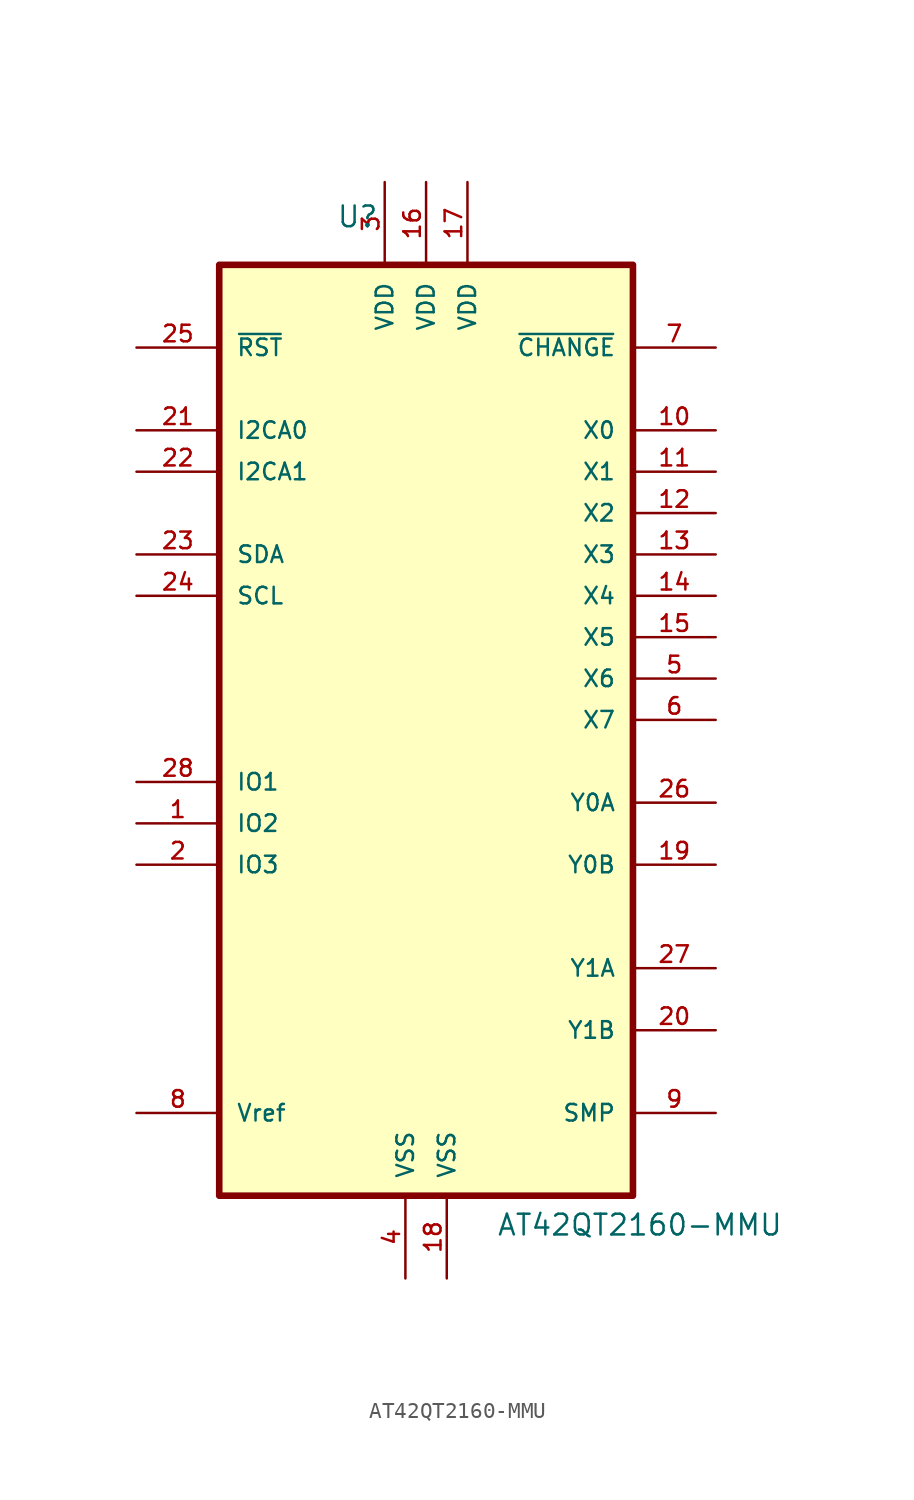
<source format=kicad_sym>
(kicad_symbol_lib
  (version 20231120)
  (generator "kicad_symbol_editor")
  (generator_version "8.0")
  (symbol "AT42QT2160-MMU"
    (pin_names
      (offset 1.016))
    (property "Reference" "U"
      (at -5.517 25.07 0)
      (effects (font (size 1.27 1.27)) (justify left bottom)))
    (property "Value" "AT42QT2160-MMU"
      (at 4.318 -36.83 0)
      (effects (font (size 1.27 1.27)) (justify left bottom)))
    (symbol "AT42QT2160-MMU_0_0"
      (rectangle (start -12.7 22.86) (end 12.7 -34.29) (stroke (width 0.406) (type default)) (fill (type background))))
    (symbol "AT42QT2160-MMU_1_0"
      (pin bidirectional line (at -17.78 -11.43 0) (length 5.08) (name "IO2" (effects (font (size 1.016 1.016)))) (number "1" (effects (font (size 1.016 1.016)))))
      (pin passive line (at 17.78 12.7 180) (length 5.08) (name "X0" (effects (font (size 1.016 1.016)))) (number "10" (effects (font (size 1.016 1.016)))))
      (pin passive line (at 17.78 10.16 180) (length 5.08) (name "X1" (effects (font (size 1.016 1.016)))) (number "11" (effects (font (size 1.016 1.016)))))
      (pin passive line (at 17.78 7.62 180) (length 5.08) (name "X2" (effects (font (size 1.016 1.016)))) (number "12" (effects (font (size 1.016 1.016)))))
      (pin passive line (at 17.78 5.08 180) (length 5.08) (name "X3" (effects (font (size 1.016 1.016)))) (number "13" (effects (font (size 1.016 1.016)))))
      (pin passive line (at 17.78 2.54 180) (length 5.08) (name "X4" (effects (font (size 1.016 1.016)))) (number "14" (effects (font (size 1.016 1.016)))))
      (pin passive line (at 17.78 0 180) (length 5.08) (name "X5" (effects (font (size 1.016 1.016)))) (number "15" (effects (font (size 1.016 1.016)))))
      (pin power_in line (at 0 27.94 270) (length 5.08) (name "VDD" (effects (font (size 1.016 1.016)))) (number "16" (effects (font (size 1.016 1.016)))))
      (pin power_in line (at 2.54 27.94 270) (length 5.08) (name "VDD" (effects (font (size 1.016 1.016)))) (number "17" (effects (font (size 1.016 1.016)))))
      (pin power_in line (at 1.27 -39.37 90) (length 5.08) (name "VSS" (effects (font (size 1.016 1.016)))) (number "18" (effects (font (size 1.016 1.016)))))
      (pin passive line (at 17.78 -13.97 180) (length 5.08) (name "Y0B" (effects (font (size 1.016 1.016)))) (number "19" (effects (font (size 1.016 1.016)))))
      (pin bidirectional line (at -17.78 -13.97 0) (length 5.08) (name "IO3" (effects (font (size 1.016 1.016)))) (number "2" (effects (font (size 1.016 1.016)))))
      (pin passive line (at 17.78 -24.13 180) (length 5.08) (name "Y1B" (effects (font (size 1.016 1.016)))) (number "20" (effects (font (size 1.016 1.016)))))
      (pin input line (at -17.78 12.7 0) (length 5.08) (name "I2CA0" (effects (font (size 1.016 1.016)))) (number "21" (effects (font (size 1.016 1.016)))))
      (pin input line (at -17.78 10.16 0) (length 5.08) (name "I2CA1" (effects (font (size 1.016 1.016)))) (number "22" (effects (font (size 1.016 1.016)))))
      (pin bidirectional line (at -17.78 5.08 0) (length 5.08) (name "SDA" (effects (font (size 1.016 1.016)))) (number "23" (effects (font (size 1.016 1.016)))))
      (pin bidirectional line (at -17.78 2.54 0) (length 5.08) (name "SCL" (effects (font (size 1.016 1.016)))) (number "24" (effects (font (size 1.016 1.016)))))
      (pin input line (at -17.78 17.78 0) (length 5.08) (name "~{RST}" (effects (font (size 1.016 1.016)))) (number "25" (effects (font (size 1.016 1.016)))))
      (pin passive line (at 17.78 -10.16 180) (length 5.08) (name "Y0A" (effects (font (size 1.016 1.016)))) (number "26" (effects (font (size 1.016 1.016)))))
      (pin passive line (at 17.78 -20.32 180) (length 5.08) (name "Y1A" (effects (font (size 1.016 1.016)))) (number "27" (effects (font (size 1.016 1.016)))))
      (pin bidirectional line (at -17.78 -8.89 0) (length 5.08) (name "IO1" (effects (font (size 1.016 1.016)))) (number "28" (effects (font (size 1.016 1.016)))))
      (pin power_in line (at -2.54 27.94 270) (length 5.08) (name "VDD" (effects (font (size 1.016 1.016)))) (number "3" (effects (font (size 1.016 1.016)))))
      (pin power_in line (at -1.27 -39.37 90) (length 5.08) (name "VSS" (effects (font (size 1.016 1.016)))) (number "4" (effects (font (size 1.016 1.016)))))
      (pin passive line (at 17.78 -2.54 180) (length 5.08) (name "X6" (effects (font (size 1.016 1.016)))) (number "5" (effects (font (size 1.016 1.016)))))
      (pin passive line (at 17.78 -5.08 180) (length 5.08) (name "X7" (effects (font (size 1.016 1.016)))) (number "6" (effects (font (size 1.016 1.016)))))
      (pin output line (at 17.78 17.78 180) (length 5.08) (name "~{CHANGE}" (effects (font (size 1.016 1.016)))) (number "7" (effects (font (size 1.016 1.016)))))
      (pin power_in line (at -17.78 -29.21 0) (length 5.08) (name "Vref" (effects (font (size 1.016 1.016)))) (number "8" (effects (font (size 1.016 1.016)))))
      (pin power_in line (at 17.78 -29.21 180) (length 5.08) (name "SMP" (effects (font (size 1.016 1.016)))) (number "9" (effects (font (size 1.016 1.016))))))))
</source>
